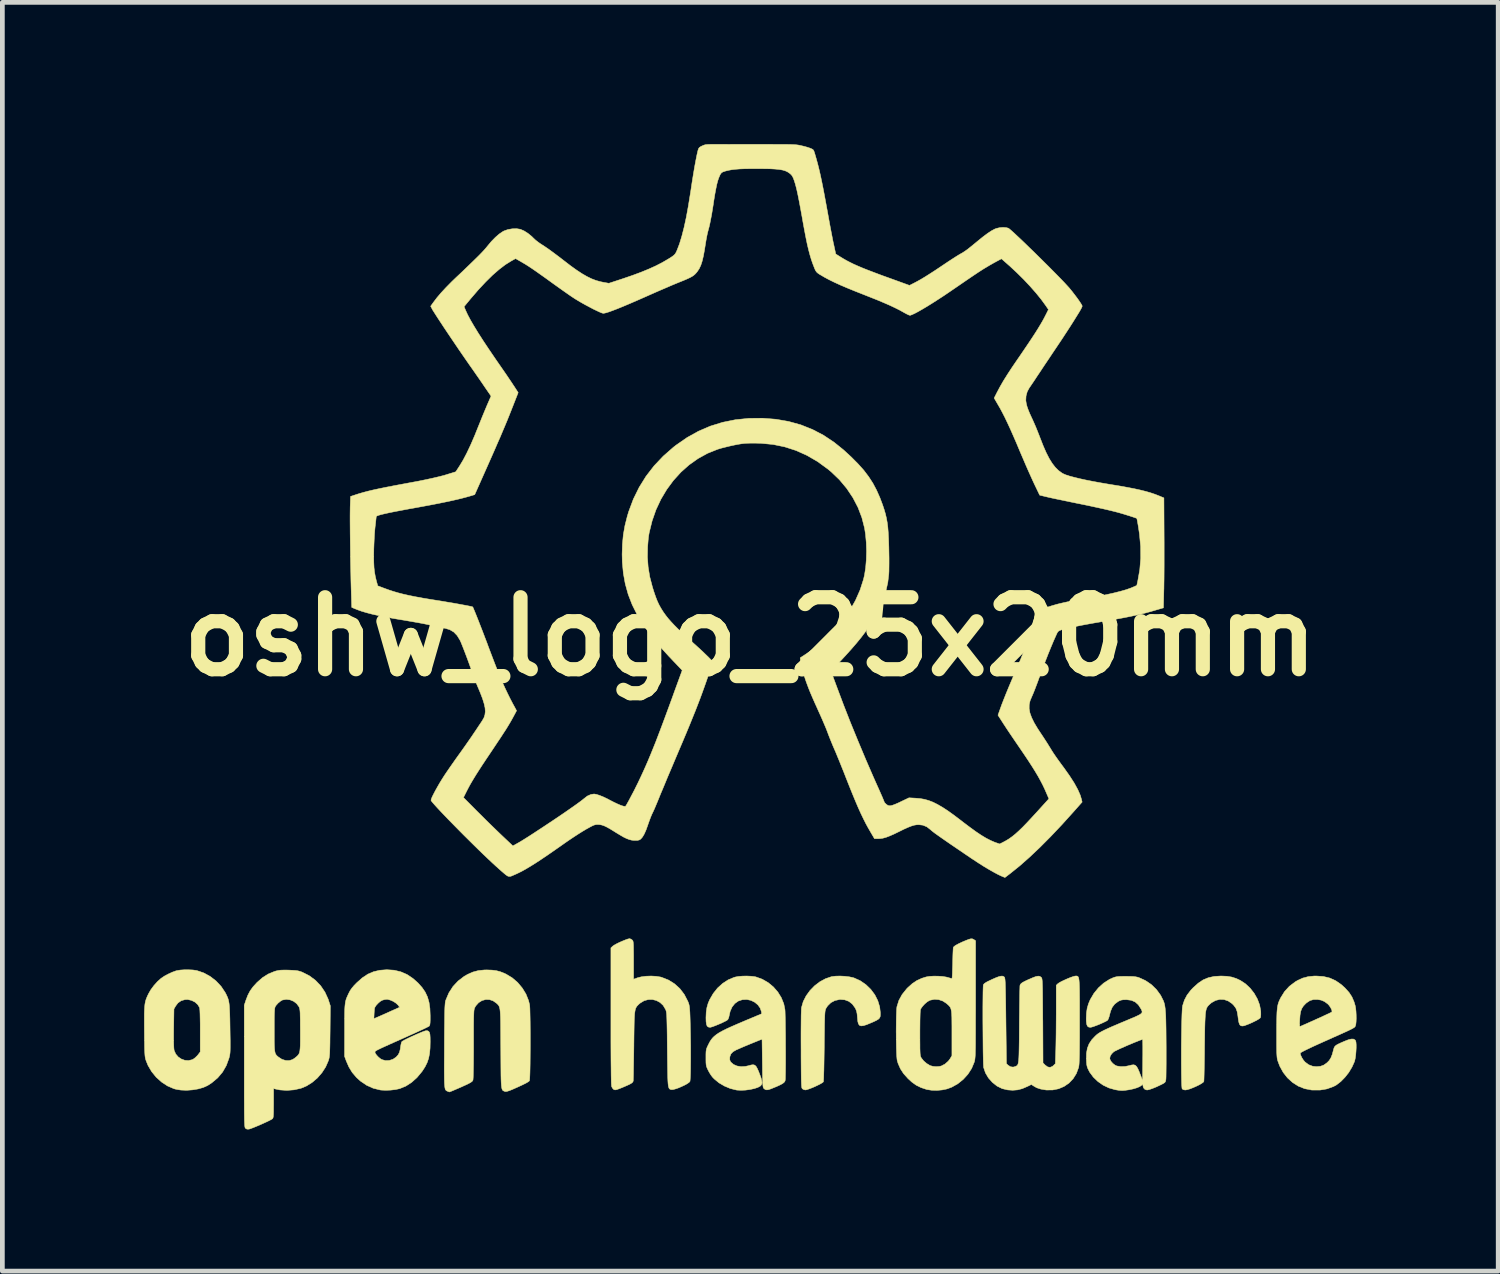
<source format=kicad_pcb>
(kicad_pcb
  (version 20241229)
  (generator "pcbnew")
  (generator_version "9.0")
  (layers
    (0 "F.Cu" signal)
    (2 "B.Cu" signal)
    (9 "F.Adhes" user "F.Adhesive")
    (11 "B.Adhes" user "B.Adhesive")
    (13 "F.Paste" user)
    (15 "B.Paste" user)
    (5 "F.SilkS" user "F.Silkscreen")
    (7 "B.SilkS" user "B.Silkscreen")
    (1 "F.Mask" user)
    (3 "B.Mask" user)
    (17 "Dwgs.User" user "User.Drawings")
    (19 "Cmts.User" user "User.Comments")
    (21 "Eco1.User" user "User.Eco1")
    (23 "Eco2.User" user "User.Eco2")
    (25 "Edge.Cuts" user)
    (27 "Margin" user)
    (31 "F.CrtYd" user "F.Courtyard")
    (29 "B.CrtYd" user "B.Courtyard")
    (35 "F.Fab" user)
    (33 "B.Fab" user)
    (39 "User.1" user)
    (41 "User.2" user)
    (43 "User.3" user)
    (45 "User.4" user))
  (footprint "oshw_logo_25x20mm"
    (layer "F.Cu")
    (at 12.83 10.426)
    (property "Reference" "oshw_logo_25x20mm" (at 0 0 0) (layer "F.SilkS") (effects (font (size 1.524 1.524) (thickness 0.3))))
    (attr through_hole)
    (fp_poly (pts (xy 10.089 7.188) (xy 10.192 7.205) (xy 10.288 7.236) (xy 10.375 7.277) (xy 10.484 7.349) (xy 10.582 7.441) (xy 10.667 7.55) (xy 10.735 7.67) (xy 10.782 7.795) (xy 10.805 7.92) (xy 10.806 7.932) (xy 10.807 7.993) (xy 10.804 8.041) (xy 10.797 8.067) (xy 10.778 8.084) (xy 10.739 8.109) (xy 10.686 8.137) (xy 10.625 8.167) (xy 10.562 8.195) (xy 10.503 8.218) (xy 10.456 8.235) (xy 10.425 8.241) (xy 10.424 8.241) (xy 10.394 8.238) (xy 10.371 8.226) (xy 10.354 8.2) (xy 10.341 8.158) (xy 10.33 8.095) (xy 10.321 8.022) (xy 10.306 7.935) (xy 10.28 7.865) (xy 10.237 7.806) (xy 10.2 7.768) (xy 10.118 7.712) (xy 10.03 7.681) (xy 9.939 7.678) (xy 9.849 7.7) (xy 9.763 7.748) (xy 9.718 7.787) (xy 9.699 7.806) (xy 9.682 7.826) (xy 9.668 7.848) (xy 9.656 7.874) (xy 9.647 7.908) (xy 9.639 7.951) (xy 9.633 8.005) (xy 9.629 8.074) (xy 9.625 8.159) (xy 9.622 8.264) (xy 9.62 8.389) (xy 9.618 8.539) (xy 9.616 8.685) (xy 9.615 8.825) (xy 9.613 8.956) (xy 9.611 9.076) (xy 9.609 9.182) (xy 9.607 9.272) (xy 9.605 9.343) (xy 9.603 9.391) (xy 9.601 9.415) (xy 9.601 9.416) (xy 9.584 9.436) (xy 9.545 9.462) (xy 9.492 9.492) (xy 9.429 9.522) (xy 9.364 9.55) (xy 9.301 9.574) (xy 9.246 9.59) (xy 9.207 9.596) (xy 9.169 9.589) (xy 9.142 9.572) (xy 9.138 9.553) (xy 9.134 9.508) (xy 9.131 9.442) (xy 9.129 9.356) (xy 9.127 9.253) (xy 9.126 9.138) (xy 9.125 9.013) (xy 9.125 8.88) (xy 9.125 8.743) (xy 9.126 8.605) (xy 9.128 8.468) (xy 9.13 8.337) (xy 9.132 8.213) (xy 9.135 8.1) (xy 9.138 8.001) (xy 9.142 7.919) (xy 9.146 7.856) (xy 9.151 7.817) (xy 9.152 7.811) (xy 9.19 7.694) (xy 9.246 7.587) (xy 9.325 7.484) (xy 9.377 7.429) (xy 9.482 7.335) (xy 9.586 7.265) (xy 9.696 7.219) (xy 9.818 7.192) (xy 9.957 7.183) (xy 9.97 7.183) (xy 10.089 7.188)) (stroke (width 0.01) (type solid)) (fill yes) (layer "F.SilkS"))
    (fp_poly (pts (xy 1.999 7.188) (xy 2.097 7.2) (xy 2.18 7.218) (xy 2.201 7.225) (xy 2.332 7.285) (xy 2.45 7.367) (xy 2.552 7.466) (xy 2.637 7.58) (xy 2.7 7.705) (xy 2.74 7.837) (xy 2.754 7.958) (xy 2.754 8.007) (xy 2.75 8.044) (xy 2.736 8.073) (xy 2.711 8.098) (xy 2.669 8.123) (xy 2.608 8.152) (xy 2.552 8.176) (xy 2.463 8.213) (xy 2.395 8.234) (xy 2.346 8.239) (xy 2.311 8.226) (xy 2.289 8.193) (xy 2.276 8.141) (xy 2.269 8.066) (xy 2.268 8.055) (xy 2.262 7.986) (xy 2.252 7.934) (xy 2.236 7.89) (xy 2.221 7.859) (xy 2.162 7.778) (xy 2.089 7.72) (xy 2.002 7.687) (xy 1.905 7.679) (xy 1.891 7.68) (xy 1.792 7.702) (xy 1.707 7.747) (xy 1.639 7.813) (xy 1.605 7.865) (xy 1.598 7.879) (xy 1.593 7.893) (xy 1.588 7.911) (xy 1.584 7.935) (xy 1.581 7.966) (xy 1.578 8.009) (xy 1.576 8.064) (xy 1.574 8.135) (xy 1.572 8.224) (xy 1.571 8.333) (xy 1.569 8.465) (xy 1.567 8.622) (xy 1.567 8.664) (xy 1.565 8.807) (xy 1.563 8.941) (xy 1.561 9.064) (xy 1.559 9.173) (xy 1.556 9.266) (xy 1.554 9.34) (xy 1.551 9.392) (xy 1.549 9.419) (xy 1.548 9.423) (xy 1.527 9.441) (xy 1.485 9.466) (xy 1.43 9.494) (xy 1.367 9.524) (xy 1.303 9.551) (xy 1.243 9.574) (xy 1.195 9.59) (xy 1.165 9.595) (xy 1.131 9.586) (xy 1.108 9.573) (xy 1.102 9.568) (xy 1.097 9.561) (xy 1.092 9.549) (xy 1.089 9.531) (xy 1.086 9.504) (xy 1.084 9.466) (xy 1.082 9.415) (xy 1.08 9.348) (xy 1.079 9.264) (xy 1.078 9.16) (xy 1.077 9.034) (xy 1.076 8.884) (xy 1.076 8.739) (xy 1.075 8.554) (xy 1.075 8.387) (xy 1.076 8.239) (xy 1.077 8.113) (xy 1.078 8.008) (xy 1.081 7.928) (xy 1.083 7.873) (xy 1.086 7.847) (xy 1.122 7.723) (xy 1.183 7.603) (xy 1.264 7.491) (xy 1.362 7.39) (xy 1.473 7.305) (xy 1.593 7.24) (xy 1.719 7.197) (xy 1.723 7.196) (xy 1.802 7.186) (xy 1.898 7.183) (xy 1.999 7.188)) (stroke (width 0.01) (type solid)) (fill yes) (layer "F.SilkS"))
    (fp_poly (pts (xy -11.798 7.055) (xy -11.725 7.065) (xy -11.712 7.068) (xy -11.568 7.117) (xy -11.432 7.191) (xy -11.308 7.287) (xy -11.201 7.401) (xy -11.114 7.531) (xy -11.097 7.563) (xy -11.078 7.603) (xy -11.062 7.639) (xy -11.049 7.677) (xy -11.039 7.718) (xy -11.031 7.766) (xy -11.025 7.824) (xy -11.021 7.896) (xy -11.017 7.985) (xy -11.014 8.094) (xy -11.012 8.227) (xy -11.011 8.297) (xy -11.009 8.432) (xy -11.007 8.542) (xy -11.007 8.63) (xy -11.007 8.7) (xy -11.008 8.755) (xy -11.01 8.798) (xy -11.014 8.834) (xy -11.019 8.864) (xy -11.025 8.892) (xy -11.033 8.922) (xy -11.034 8.925) (xy -11.09 9.078) (xy -11.169 9.216) (xy -11.272 9.338) (xy -11.398 9.444) (xy -11.486 9.501) (xy -11.577 9.542) (xy -11.686 9.573) (xy -11.806 9.593) (xy -11.93 9.602) (xy -12.049 9.597) (xy -12.051 9.597) (xy -12.11 9.588) (xy -12.167 9.577) (xy -12.199 9.568) (xy -12.334 9.51) (xy -12.459 9.428) (xy -12.573 9.326) (xy -12.67 9.207) (xy -12.747 9.076) (xy -12.788 8.975) (xy -12.796 8.95) (xy -12.803 8.924) (xy -12.808 8.896) (xy -12.812 8.862) (xy -12.815 8.818) (xy -12.818 8.762) (xy -12.82 8.689) (xy -12.821 8.598) (xy -12.823 8.485) (xy -12.823 8.434) (xy -12.205 8.434) (xy -12.205 8.551) (xy -12.203 8.642) (xy -12.2 8.708) (xy -12.195 8.751) (xy -12.193 8.76) (xy -12.16 8.834) (xy -12.108 8.895) (xy -12.042 8.94) (xy -11.967 8.967) (xy -11.89 8.972) (xy -11.815 8.955) (xy -11.79 8.943) (xy -11.748 8.912) (xy -11.705 8.87) (xy -11.688 8.85) (xy -11.642 8.789) (xy -11.642 8.339) (xy -11.642 8.202) (xy -11.644 8.084) (xy -11.646 7.988) (xy -11.649 7.916) (xy -11.653 7.869) (xy -11.657 7.85) (xy -11.695 7.787) (xy -11.753 7.735) (xy -11.825 7.699) (xy -11.903 7.681) (xy -11.963 7.682) (xy -12.046 7.706) (xy -12.113 7.753) (xy -12.16 7.815) (xy -12.198 7.88) (xy -12.204 8.29) (xy -12.205 8.434) (xy -12.823 8.434) (xy -12.824 8.357) (xy -12.825 8.209) (xy -12.825 8.087) (xy -12.825 7.985) (xy -12.822 7.902) (xy -12.818 7.834) (xy -12.812 7.777) (xy -12.803 7.729) (xy -12.791 7.685) (xy -12.775 7.643) (xy -12.756 7.599) (xy -12.735 7.556) (xy -12.688 7.474) (xy -12.623 7.386) (xy -12.55 7.304) (xy -12.476 7.237) (xy -12.467 7.23) (xy -12.399 7.184) (xy -12.317 7.14) (xy -12.231 7.101) (xy -12.154 7.073) (xy -12.136 7.069) (xy -12.066 7.057) (xy -11.979 7.051) (xy -11.886 7.051) (xy -11.798 7.055)) (stroke (width 0.01) (type solid)) (fill yes) (layer "F.SilkS"))
    (fp_poly (pts (xy 4.702 6.396) (xy 4.73 6.409) (xy 4.738 6.414) (xy 4.77 6.436) (xy 4.77 7.676) (xy 4.77 7.892) (xy 4.769 8.081) (xy 4.769 8.246) (xy 4.769 8.388) (xy 4.768 8.51) (xy 4.768 8.613) (xy 4.767 8.698) (xy 4.765 8.769) (xy 4.764 8.826) (xy 4.762 8.872) (xy 4.759 8.908) (xy 4.756 8.937) (xy 4.753 8.96) (xy 4.749 8.979) (xy 4.745 8.995) (xy 4.742 9.005) (xy 4.687 9.138) (xy 4.608 9.261) (xy 4.509 9.37) (xy 4.394 9.463) (xy 4.266 9.535) (xy 4.164 9.573) (xy 4.063 9.594) (xy 3.951 9.604) (xy 3.841 9.601) (xy 3.742 9.586) (xy 3.731 9.583) (xy 3.614 9.544) (xy 3.513 9.494) (xy 3.419 9.427) (xy 3.336 9.35) (xy 3.245 9.248) (xy 3.178 9.145) (xy 3.13 9.035) (xy 3.111 8.974) (xy 3.106 8.939) (xy 3.101 8.88) (xy 3.097 8.801) (xy 3.094 8.706) (xy 3.092 8.6) (xy 3.09 8.486) (xy 3.09 8.403) (xy 3.591 8.403) (xy 3.591 8.53) (xy 3.592 8.632) (xy 3.592 8.712) (xy 3.594 8.773) (xy 3.596 8.819) (xy 3.599 8.852) (xy 3.603 8.876) (xy 3.609 8.893) (xy 3.616 8.908) (xy 3.624 8.921) (xy 3.671 8.98) (xy 3.735 9.035) (xy 3.804 9.077) (xy 3.812 9.08) (xy 3.867 9.095) (xy 3.934 9.101) (xy 4 9.097) (xy 4.045 9.087) (xy 4.124 9.045) (xy 4.192 8.985) (xy 4.231 8.933) (xy 4.269 8.869) (xy 4.269 8.389) (xy 4.269 8.254) (xy 4.268 8.144) (xy 4.267 8.055) (xy 4.264 7.986) (xy 4.259 7.932) (xy 4.251 7.891) (xy 4.241 7.859) (xy 4.226 7.834) (xy 4.207 7.811) (xy 4.183 7.789) (xy 4.157 7.765) (xy 4.078 7.713) (xy 3.99 7.683) (xy 3.899 7.676) (xy 3.811 7.694) (xy 3.789 7.703) (xy 3.742 7.732) (xy 3.692 7.775) (xy 3.647 7.824) (xy 3.614 7.871) (xy 3.602 7.898) (xy 3.6 7.921) (xy 3.597 7.969) (xy 3.595 8.038) (xy 3.593 8.124) (xy 3.592 8.224) (xy 3.591 8.333) (xy 3.591 8.403) (xy 3.09 8.403) (xy 3.089 8.369) (xy 3.09 8.254) (xy 3.091 8.144) (xy 3.093 8.043) (xy 3.096 7.955) (xy 3.099 7.886) (xy 3.104 7.838) (xy 3.106 7.829) (xy 3.147 7.698) (xy 3.215 7.574) (xy 3.31 7.455) (xy 3.336 7.428) (xy 3.432 7.342) (xy 3.528 7.278) (xy 3.632 7.231) (xy 3.725 7.202) (xy 3.797 7.19) (xy 3.884 7.185) (xy 3.978 7.186) (xy 4.07 7.192) (xy 4.15 7.205) (xy 4.196 7.217) (xy 4.236 7.229) (xy 4.264 7.235) (xy 4.271 7.234) (xy 4.273 7.219) (xy 4.276 7.179) (xy 4.279 7.12) (xy 4.281 7.044) (xy 4.284 6.958) (xy 4.285 6.919) (xy 4.287 6.827) (xy 4.289 6.743) (xy 4.292 6.672) (xy 4.295 6.618) (xy 4.297 6.587) (xy 4.297 6.581) (xy 4.312 6.56) (xy 4.348 6.533) (xy 4.407 6.501) (xy 4.49 6.462) (xy 4.568 6.429) (xy 4.628 6.406) (xy 4.67 6.395) (xy 4.702 6.396)) (stroke (width 0.01) (type solid)) (fill yes) (layer "F.SilkS"))
    (fp_poly (pts (xy -9.801 7.057) (xy -9.762 7.058) (xy -9.681 7.062) (xy -9.621 7.066) (xy -9.574 7.073) (xy -9.532 7.084) (xy -9.489 7.099) (xy -9.476 7.105) (xy -9.332 7.178) (xy -9.204 7.273) (xy -9.093 7.389) (xy -9.003 7.522) (xy -8.935 7.67) (xy -8.925 7.701) (xy -8.888 7.815) (xy -8.893 8.349) (xy -8.895 8.487) (xy -8.896 8.6) (xy -8.898 8.691) (xy -8.9 8.763) (xy -8.902 8.819) (xy -8.906 8.863) (xy -8.91 8.898) (xy -8.915 8.926) (xy -8.922 8.951) (xy -8.929 8.975) (xy -8.986 9.106) (xy -9.066 9.23) (xy -9.163 9.342) (xy -9.275 9.437) (xy -9.396 9.512) (xy -9.509 9.559) (xy -9.656 9.592) (xy -9.808 9.604) (xy -9.957 9.594) (xy -10.058 9.573) (xy -10.089 9.564) (xy -10.089 9.874) (xy -10.09 9.976) (xy -10.09 10.054) (xy -10.092 10.111) (xy -10.095 10.151) (xy -10.099 10.177) (xy -10.105 10.193) (xy -10.112 10.203) (xy -10.114 10.205) (xy -10.139 10.221) (xy -10.185 10.245) (xy -10.246 10.274) (xy -10.316 10.306) (xy -10.39 10.339) (xy -10.462 10.369) (xy -10.526 10.395) (xy -10.577 10.414) (xy -10.609 10.424) (xy -10.612 10.424) (xy -10.654 10.424) (xy -10.683 10.407) (xy -10.686 10.404) (xy -10.69 10.398) (xy -10.694 10.389) (xy -10.697 10.374) (xy -10.7 10.354) (xy -10.702 10.324) (xy -10.704 10.285) (xy -10.706 10.234) (xy -10.707 10.169) (xy -10.708 10.089) (xy -10.709 9.991) (xy -10.709 9.875) (xy -10.71 9.738) (xy -10.71 9.58) (xy -10.71 9.397) (xy -10.71 9.188) (xy -10.71 9.089) (xy -10.71 8.326) (xy -10.075 8.326) (xy -10.075 8.457) (xy -10.075 8.564) (xy -10.073 8.648) (xy -10.07 8.714) (xy -10.065 8.764) (xy -10.058 8.802) (xy -10.048 8.831) (xy -10.034 8.853) (xy -10.017 8.872) (xy -9.995 8.891) (xy -9.988 8.897) (xy -9.913 8.946) (xy -9.833 8.971) (xy -9.755 8.972) (xy -9.69 8.952) (xy -9.648 8.926) (xy -9.607 8.893) (xy -9.605 8.892) (xy -9.583 8.871) (xy -9.565 8.851) (xy -9.551 8.828) (xy -9.54 8.801) (xy -9.533 8.765) (xy -9.528 8.717) (xy -9.524 8.654) (xy -9.523 8.573) (xy -9.523 8.471) (xy -9.523 8.344) (xy -9.523 8.33) (xy -9.524 8.206) (xy -9.524 8.106) (xy -9.526 8.029) (xy -9.527 7.969) (xy -9.53 7.925) (xy -9.534 7.892) (xy -9.539 7.868) (xy -9.545 7.849) (xy -9.553 7.832) (xy -9.6 7.768) (xy -9.665 7.718) (xy -9.741 7.687) (xy -9.82 7.677) (xy -9.897 7.69) (xy -9.902 7.691) (xy -9.946 7.717) (xy -9.995 7.758) (xy -10.037 7.805) (xy -10.055 7.834) (xy -10.061 7.851) (xy -10.066 7.877) (xy -10.069 7.916) (xy -10.072 7.97) (xy -10.074 8.043) (xy -10.075 8.137) (xy -10.075 8.254) (xy -10.075 8.326) (xy -10.71 8.326) (xy -10.71 7.801) (xy -10.674 7.693) (xy -10.633 7.587) (xy -10.585 7.496) (xy -10.524 7.412) (xy -10.445 7.325) (xy -10.436 7.316) (xy -10.322 7.216) (xy -10.203 7.141) (xy -10.075 7.088) (xy -10.037 7.076) (xy -9.991 7.066) (xy -9.941 7.059) (xy -9.88 7.057) (xy -9.801 7.057)) (stroke (width 0.01) (type solid)) (fill yes) (layer "F.SilkS"))
    (fp_poly (pts (xy -5.467 7.058) (xy -5.377 7.069) (xy -5.293 7.091) (xy -5.208 7.124) (xy -5.168 7.143) (xy -5.04 7.22) (xy -4.924 7.319) (xy -4.826 7.436) (xy -4.747 7.565) (xy -4.692 7.703) (xy -4.671 7.788) (xy -4.667 7.821) (xy -4.664 7.877) (xy -4.662 7.954) (xy -4.66 8.047) (xy -4.658 8.155) (xy -4.657 8.274) (xy -4.656 8.4) (xy -4.656 8.531) (xy -4.656 8.663) (xy -4.657 8.793) (xy -4.658 8.919) (xy -4.659 9.037) (xy -4.661 9.144) (xy -4.663 9.236) (xy -4.666 9.311) (xy -4.669 9.366) (xy -4.673 9.397) (xy -4.674 9.402) (xy -4.699 9.422) (xy -4.748 9.451) (xy -4.821 9.487) (xy -4.916 9.531) (xy -5.031 9.582) (xy -5.033 9.583) (xy -5.097 9.609) (xy -5.142 9.623) (xy -5.172 9.629) (xy -5.195 9.626) (xy -5.198 9.624) (xy -5.214 9.618) (xy -5.227 9.612) (xy -5.239 9.603) (xy -5.248 9.589) (xy -5.256 9.568) (xy -5.262 9.538) (xy -5.267 9.497) (xy -5.271 9.442) (xy -5.274 9.372) (xy -5.276 9.285) (xy -5.277 9.178) (xy -5.278 9.049) (xy -5.279 8.896) (xy -5.28 8.717) (xy -5.28 8.714) (xy -5.281 8.535) (xy -5.282 8.383) (xy -5.283 8.254) (xy -5.284 8.147) (xy -5.286 8.059) (xy -5.289 7.989) (xy -5.293 7.932) (xy -5.298 7.889) (xy -5.305 7.855) (xy -5.313 7.83) (xy -5.323 7.81) (xy -5.335 7.794) (xy -5.349 7.779) (xy -5.366 7.763) (xy -5.372 7.758) (xy -5.443 7.708) (xy -5.521 7.682) (xy -5.601 7.681) (xy -5.679 7.703) (xy -5.749 7.747) (xy -5.808 7.813) (xy -5.829 7.849) (xy -5.835 7.862) (xy -5.84 7.877) (xy -5.844 7.896) (xy -5.848 7.923) (xy -5.85 7.959) (xy -5.852 8.007) (xy -5.854 8.069) (xy -5.855 8.148) (xy -5.856 8.246) (xy -5.856 8.366) (xy -5.856 8.51) (xy -5.856 8.627) (xy -5.856 8.784) (xy -5.857 8.928) (xy -5.858 9.056) (xy -5.86 9.167) (xy -5.862 9.258) (xy -5.864 9.327) (xy -5.867 9.372) (xy -5.87 9.389) (xy -5.887 9.414) (xy -5.924 9.44) (xy -5.984 9.471) (xy -5.993 9.476) (xy -6.049 9.501) (xy -6.112 9.53) (xy -6.179 9.559) (xy -6.242 9.586) (xy -6.297 9.61) (xy -6.34 9.627) (xy -6.364 9.636) (xy -6.367 9.637) (xy -6.382 9.632) (xy -6.402 9.624) (xy -6.417 9.618) (xy -6.43 9.611) (xy -6.441 9.602) (xy -6.451 9.589) (xy -6.458 9.569) (xy -6.464 9.54) (xy -6.468 9.501) (xy -6.472 9.449) (xy -6.474 9.382) (xy -6.475 9.299) (xy -6.476 9.196) (xy -6.476 9.073) (xy -6.475 8.926) (xy -6.474 8.754) (xy -6.474 8.655) (xy -6.473 8.473) (xy -6.472 8.318) (xy -6.47 8.186) (xy -6.469 8.075) (xy -6.468 7.984) (xy -6.466 7.91) (xy -6.464 7.851) (xy -6.461 7.804) (xy -6.458 7.768) (xy -6.455 7.739) (xy -6.451 7.717) (xy -6.446 7.699) (xy -6.443 7.691) (xy -6.379 7.54) (xy -6.292 7.405) (xy -6.183 7.288) (xy -6.055 7.19) (xy -5.984 7.149) (xy -5.871 7.099) (xy -5.755 7.068) (xy -5.628 7.055) (xy -5.576 7.054) (xy -5.467 7.058)) (stroke (width 0.01) (type solid)) (fill yes) (layer "F.SilkS"))
    (fp_poly (pts (xy -2.524 6.402) (xy -2.498 6.421) (xy -2.489 6.43) (xy -2.483 6.442) (xy -2.478 6.461) (xy -2.475 6.488) (xy -2.472 6.528) (xy -2.471 6.584) (xy -2.47 6.659) (xy -2.469 6.757) (xy -2.469 6.85) (xy -2.469 7.251) (xy -2.388 7.221) (xy -2.305 7.2) (xy -2.205 7.187) (xy -2.098 7.183) (xy -1.992 7.189) (xy -1.899 7.204) (xy -1.874 7.211) (xy -1.73 7.268) (xy -1.601 7.349) (xy -1.489 7.451) (xy -1.396 7.573) (xy -1.324 7.712) (xy -1.315 7.732) (xy -1.305 7.759) (xy -1.297 7.784) (xy -1.291 7.812) (xy -1.286 7.846) (xy -1.282 7.889) (xy -1.278 7.944) (xy -1.275 8.016) (xy -1.272 8.108) (xy -1.269 8.223) (xy -1.268 8.276) (xy -1.265 8.403) (xy -1.263 8.534) (xy -1.261 8.667) (xy -1.261 8.799) (xy -1.261 8.926) (xy -1.262 9.046) (xy -1.263 9.154) (xy -1.265 9.248) (xy -1.268 9.324) (xy -1.272 9.379) (xy -1.275 9.41) (xy -1.276 9.413) (xy -1.296 9.436) (xy -1.337 9.464) (xy -1.392 9.494) (xy -1.456 9.524) (xy -1.521 9.552) (xy -1.583 9.573) (xy -1.634 9.586) (xy -1.668 9.588) (xy -1.668 9.588) (xy -1.684 9.584) (xy -1.698 9.579) (xy -1.71 9.571) (xy -1.719 9.557) (xy -1.727 9.536) (xy -1.734 9.505) (xy -1.739 9.461) (xy -1.743 9.404) (xy -1.746 9.33) (xy -1.748 9.238) (xy -1.75 9.125) (xy -1.752 8.989) (xy -1.754 8.829) (xy -1.755 8.738) (xy -1.757 8.57) (xy -1.758 8.427) (xy -1.76 8.308) (xy -1.762 8.21) (xy -1.764 8.131) (xy -1.766 8.067) (xy -1.768 8.018) (xy -1.771 7.98) (xy -1.775 7.951) (xy -1.779 7.929) (xy -1.784 7.911) (xy -1.79 7.895) (xy -1.794 7.887) (xy -1.843 7.805) (xy -1.909 7.743) (xy -1.987 7.701) (xy -2.072 7.68) (xy -2.161 7.682) (xy -2.247 7.706) (xy -2.328 7.755) (xy -2.357 7.779) (xy -2.378 7.8) (xy -2.396 7.819) (xy -2.41 7.839) (xy -2.423 7.863) (xy -2.433 7.893) (xy -2.44 7.931) (xy -2.447 7.979) (xy -2.451 8.041) (xy -2.455 8.119) (xy -2.457 8.215) (xy -2.459 8.331) (xy -2.461 8.47) (xy -2.463 8.635) (xy -2.463 8.659) (xy -2.465 8.8) (xy -2.467 8.933) (xy -2.469 9.055) (xy -2.471 9.163) (xy -2.472 9.255) (xy -2.474 9.328) (xy -2.476 9.38) (xy -2.477 9.406) (xy -2.478 9.408) (xy -2.486 9.427) (xy -2.507 9.447) (xy -2.543 9.469) (xy -2.597 9.495) (xy -2.673 9.528) (xy -2.718 9.547) (xy -2.782 9.572) (xy -2.825 9.587) (xy -2.853 9.593) (xy -2.873 9.591) (xy -2.89 9.583) (xy -2.897 9.578) (xy -2.919 9.552) (xy -2.934 9.521) (xy -2.937 9.499) (xy -2.94 9.451) (xy -2.942 9.375) (xy -2.944 9.272) (xy -2.945 9.141) (xy -2.947 8.983) (xy -2.948 8.797) (xy -2.949 8.583) (xy -2.949 8.342) (xy -2.949 8.072) (xy -2.949 8.034) (xy -2.949 6.587) (xy -2.909 6.55) (xy -2.879 6.529) (xy -2.831 6.502) (xy -2.772 6.473) (xy -2.708 6.445) (xy -2.647 6.42) (xy -2.595 6.401) (xy -2.56 6.393) (xy -2.555 6.392) (xy -2.524 6.402)) (stroke (width 0.01) (type solid)) (fill yes) (layer "F.SilkS"))
    (fp_poly (pts (xy -7.537 7.06) (xy -7.396 7.094) (xy -7.264 7.151) (xy -7.139 7.235) (xy -7.033 7.329) (xy -6.947 7.425) (xy -6.881 7.521) (xy -6.832 7.625) (xy -6.799 7.739) (xy -6.78 7.87) (xy -6.774 8.022) (xy -6.774 8.038) (xy -6.774 8.115) (xy -6.776 8.169) (xy -6.78 8.205) (xy -6.786 8.228) (xy -6.795 8.242) (xy -6.798 8.245) (xy -6.816 8.255) (xy -6.857 8.276) (xy -6.918 8.305) (xy -6.995 8.341) (xy -7.086 8.383) (xy -7.186 8.428) (xy -7.281 8.471) (xy -7.429 8.537) (xy -7.553 8.592) (xy -7.655 8.638) (xy -7.737 8.675) (xy -7.803 8.705) (xy -7.852 8.729) (xy -7.889 8.747) (xy -7.914 8.761) (xy -7.93 8.772) (xy -7.939 8.78) (xy -7.943 8.787) (xy -7.944 8.793) (xy -7.944 8.795) (xy -7.934 8.823) (xy -7.907 8.86) (xy -7.87 8.899) (xy -7.829 8.933) (xy -7.797 8.952) (xy -7.721 8.973) (xy -7.64 8.97) (xy -7.562 8.945) (xy -7.495 8.899) (xy -7.453 8.852) (xy -7.425 8.799) (xy -7.408 8.731) (xy -7.401 8.681) (xy -7.393 8.632) (xy -7.383 8.591) (xy -7.375 8.573) (xy -7.356 8.559) (xy -7.315 8.536) (xy -7.259 8.508) (xy -7.193 8.476) (xy -7.12 8.443) (xy -7.048 8.411) (xy -6.98 8.382) (xy -6.922 8.359) (xy -6.879 8.344) (xy -6.858 8.34) (xy -6.826 8.343) (xy -6.804 8.356) (xy -6.788 8.381) (xy -6.779 8.423) (xy -6.775 8.486) (xy -6.774 8.573) (xy -6.774 8.574) (xy -6.777 8.71) (xy -6.788 8.826) (xy -6.808 8.926) (xy -6.839 9.016) (xy -6.882 9.103) (xy -6.939 9.192) (xy -6.95 9.207) (xy -7.052 9.33) (xy -7.165 9.432) (xy -7.286 9.511) (xy -7.413 9.564) (xy -7.422 9.567) (xy -7.509 9.586) (xy -7.61 9.598) (xy -7.713 9.602) (xy -7.805 9.598) (xy -7.832 9.595) (xy -7.981 9.558) (xy -8.121 9.495) (xy -8.25 9.407) (xy -8.332 9.333) (xy -8.425 9.224) (xy -8.496 9.107) (xy -8.549 8.986) (xy -8.587 8.883) (xy -8.586 8.333) (xy -8.586 8.187) (xy -8.586 8.066) (xy -8.586 8.061) (xy -7.965 8.061) (xy -7.965 8.083) (xy -7.964 8.086) (xy -7.951 8.08) (xy -7.917 8.065) (xy -7.866 8.043) (xy -7.802 8.015) (xy -7.759 7.996) (xy -7.683 7.962) (xy -7.611 7.929) (xy -7.548 7.901) (xy -7.502 7.881) (xy -7.489 7.875) (xy -7.421 7.844) (xy -7.454 7.799) (xy -7.496 7.759) (xy -7.553 7.721) (xy -7.617 7.693) (xy -7.676 7.677) (xy -7.691 7.676) (xy -7.742 7.682) (xy -7.792 7.697) (xy -7.792 7.697) (xy -7.834 7.722) (xy -7.878 7.761) (xy -7.918 7.804) (xy -7.945 7.846) (xy -7.951 7.863) (xy -7.954 7.887) (xy -7.958 7.927) (xy -7.961 7.974) (xy -7.963 8.022) (xy -7.965 8.061) (xy -8.586 8.061) (xy -8.585 7.967) (xy -8.583 7.887) (xy -8.579 7.822) (xy -8.573 7.768) (xy -8.566 7.723) (xy -8.556 7.684) (xy -8.543 7.647) (xy -8.526 7.609) (xy -8.507 7.566) (xy -8.499 7.55) (xy -8.468 7.491) (xy -8.431 7.438) (xy -8.384 7.382) (xy -8.327 7.324) (xy -8.211 7.221) (xy -8.095 7.144) (xy -7.973 7.092) (xy -7.842 7.061) (xy -7.696 7.05) (xy -7.691 7.05) (xy -7.537 7.06)) (stroke (width 0.01) (type solid)) (fill yes) (layer "F.SilkS"))
    (fp_poly (pts (xy 12.132 7.193) (xy 12.268 7.226) (xy 12.393 7.283) (xy 12.512 7.366) (xy 12.591 7.438) (xy 12.674 7.53) (xy 12.736 7.625) (xy 12.781 7.73) (xy 12.805 7.81) (xy 12.815 7.864) (xy 12.822 7.933) (xy 12.826 8.009) (xy 12.827 8.085) (xy 12.824 8.154) (xy 12.818 8.209) (xy 12.809 8.241) (xy 12.804 8.25) (xy 12.799 8.259) (xy 12.79 8.268) (xy 12.775 8.278) (xy 12.754 8.291) (xy 12.722 8.308) (xy 12.679 8.329) (xy 12.622 8.356) (xy 12.548 8.389) (xy 12.456 8.431) (xy 12.343 8.481) (xy 12.208 8.542) (xy 12.153 8.566) (xy 12.013 8.629) (xy 11.897 8.682) (xy 11.805 8.726) (xy 11.735 8.76) (xy 11.685 8.786) (xy 11.655 8.804) (xy 11.642 8.816) (xy 11.642 8.818) (xy 11.651 8.858) (xy 11.675 8.91) (xy 11.708 8.962) (xy 11.742 9.002) (xy 11.818 9.06) (xy 11.906 9.093) (xy 11.984 9.101) (xy 12.069 9.094) (xy 12.14 9.068) (xy 12.208 9.019) (xy 12.211 9.017) (xy 12.256 8.97) (xy 12.291 8.914) (xy 12.319 8.843) (xy 12.339 8.769) (xy 12.35 8.727) (xy 12.361 8.695) (xy 12.377 8.67) (xy 12.402 8.648) (xy 12.44 8.626) (xy 12.495 8.6) (xy 12.573 8.566) (xy 12.573 8.566) (xy 12.657 8.533) (xy 12.72 8.517) (xy 12.767 8.517) (xy 12.799 8.534) (xy 12.815 8.555) (xy 12.822 8.586) (xy 12.826 8.638) (xy 12.826 8.704) (xy 12.822 8.778) (xy 12.816 8.852) (xy 12.807 8.92) (xy 12.795 8.975) (xy 12.789 8.996) (xy 12.737 9.111) (xy 12.669 9.224) (xy 12.588 9.327) (xy 12.5 9.417) (xy 12.408 9.488) (xy 12.347 9.521) (xy 12.207 9.572) (xy 12.06 9.597) (xy 11.902 9.597) (xy 11.874 9.595) (xy 11.734 9.567) (xy 11.601 9.514) (xy 11.48 9.437) (xy 11.372 9.339) (xy 11.281 9.223) (xy 11.208 9.09) (xy 11.167 8.981) (xy 11.16 8.956) (xy 11.154 8.929) (xy 11.15 8.896) (xy 11.147 8.855) (xy 11.144 8.802) (xy 11.143 8.734) (xy 11.142 8.647) (xy 11.142 8.539) (xy 11.142 8.406) (xy 11.142 8.396) (xy 11.142 8.25) (xy 11.143 8.213) (xy 11.627 8.213) (xy 11.629 8.238) (xy 11.635 8.248) (xy 11.645 8.248) (xy 11.65 8.246) (xy 11.67 8.238) (xy 11.712 8.219) (xy 11.772 8.193) (xy 11.845 8.16) (xy 11.929 8.123) (xy 11.987 8.096) (xy 12.075 8.057) (xy 12.154 8.02) (xy 12.22 7.989) (xy 12.271 7.965) (xy 12.303 7.949) (xy 12.311 7.944) (xy 12.314 7.923) (xy 12.303 7.887) (xy 12.281 7.845) (xy 12.252 7.804) (xy 12.225 7.775) (xy 12.155 7.723) (xy 12.083 7.693) (xy 12.008 7.68) (xy 11.922 7.681) (xy 11.847 7.703) (xy 11.777 7.749) (xy 11.757 7.767) (xy 11.709 7.817) (xy 11.675 7.87) (xy 11.652 7.931) (xy 11.638 8.009) (xy 11.631 8.103) (xy 11.628 8.17) (xy 11.627 8.213) (xy 11.143 8.213) (xy 11.144 8.129) (xy 11.146 8.029) (xy 11.149 7.948) (xy 11.155 7.881) (xy 11.162 7.826) (xy 11.172 7.78) (xy 11.185 7.738) (xy 11.202 7.698) (xy 11.222 7.656) (xy 11.227 7.645) (xy 11.309 7.513) (xy 11.412 7.4) (xy 11.536 7.306) (xy 11.587 7.276) (xy 11.696 7.226) (xy 11.811 7.196) (xy 11.938 7.183) (xy 11.983 7.183) (xy 12.132 7.193)) (stroke (width 0.01) (type solid)) (fill yes) (layer "F.SilkS"))
    (fp_poly (pts (xy 0.011 7.187) (xy 0.086 7.195) (xy 0.12 7.202) (xy 0.255 7.251) (xy 0.38 7.323) (xy 0.491 7.415) (xy 0.584 7.522) (xy 0.658 7.642) (xy 0.71 7.771) (xy 0.734 7.889) (xy 0.737 7.925) (xy 0.739 7.985) (xy 0.741 8.065) (xy 0.743 8.162) (xy 0.744 8.272) (xy 0.746 8.392) (xy 0.747 8.518) (xy 0.747 8.648) (xy 0.748 8.777) (xy 0.748 8.902) (xy 0.748 9.021) (xy 0.747 9.129) (xy 0.746 9.223) (xy 0.744 9.301) (xy 0.743 9.357) (xy 0.74 9.389) (xy 0.74 9.393) (xy 0.731 9.417) (xy 0.711 9.44) (xy 0.677 9.464) (xy 0.626 9.491) (xy 0.554 9.524) (xy 0.504 9.544) (xy 0.436 9.572) (xy 0.387 9.588) (xy 0.352 9.593) (xy 0.326 9.589) (xy 0.302 9.575) (xy 0.296 9.57) (xy 0.287 9.562) (xy 0.28 9.554) (xy 0.275 9.541) (xy 0.271 9.521) (xy 0.267 9.491) (xy 0.265 9.448) (xy 0.263 9.389) (xy 0.261 9.312) (xy 0.259 9.214) (xy 0.258 9.091) (xy 0.257 9.033) (xy 0.25 8.522) (xy 0.22 8.532) (xy 0.195 8.541) (xy 0.149 8.56) (xy 0.087 8.585) (xy 0.016 8.614) (xy -0.059 8.645) (xy -0.134 8.676) (xy -0.201 8.705) (xy -0.257 8.73) (xy -0.296 8.747) (xy -0.299 8.748) (xy -0.366 8.787) (xy -0.409 8.832) (xy -0.43 8.887) (xy -0.433 8.907) (xy -0.434 8.954) (xy -0.422 8.989) (xy -0.408 9.008) (xy -0.354 9.055) (xy -0.281 9.087) (xy -0.196 9.101) (xy -0.103 9.096) (xy -0.034 9.081) (xy 0.02 9.066) (xy 0.061 9.061) (xy 0.094 9.069) (xy 0.121 9.092) (xy 0.146 9.134) (xy 0.175 9.198) (xy 0.198 9.257) (xy 0.229 9.34) (xy 0.245 9.403) (xy 0.249 9.449) (xy 0.239 9.483) (xy 0.217 9.509) (xy 0.212 9.513) (xy 0.158 9.542) (xy 0.083 9.566) (xy -0.005 9.585) (xy -0.1 9.598) (xy -0.193 9.602) (xy -0.279 9.598) (xy -0.297 9.595) (xy -0.422 9.564) (xy -0.546 9.512) (xy -0.662 9.444) (xy -0.761 9.362) (xy -0.798 9.324) (xy -0.832 9.279) (xy -0.868 9.221) (xy -0.894 9.172) (xy -0.913 9.131) (xy -0.926 9.097) (xy -0.933 9.062) (xy -0.937 9.018) (xy -0.938 8.959) (xy -0.938 8.91) (xy -0.938 8.838) (xy -0.936 8.786) (xy -0.931 8.747) (xy -0.922 8.713) (xy -0.906 8.676) (xy -0.885 8.633) (xy -0.859 8.582) (xy -0.831 8.537) (xy -0.8 8.497) (xy -0.762 8.459) (xy -0.716 8.422) (xy -0.659 8.384) (xy -0.589 8.345) (xy -0.503 8.302) (xy -0.398 8.254) (xy -0.272 8.199) (xy -0.124 8.136) (xy -0.087 8.12) (xy 0.243 7.982) (xy 0.235 7.932) (xy 0.209 7.859) (xy 0.161 7.793) (xy 0.095 7.738) (xy 0.016 7.699) (xy -0.069 7.68) (xy -0.166 7.684) (xy -0.253 7.713) (xy -0.326 7.765) (xy -0.384 7.838) (xy -0.425 7.93) (xy -0.445 8.019) (xy -0.456 8.066) (xy -0.473 8.103) (xy -0.48 8.111) (xy -0.505 8.128) (xy -0.551 8.151) (xy -0.608 8.179) (xy -0.672 8.206) (xy -0.735 8.232) (xy -0.791 8.253) (xy -0.833 8.266) (xy -0.85 8.269) (xy -0.886 8.263) (xy -0.912 8.243) (xy -0.927 8.204) (xy -0.935 8.145) (xy -0.937 8.066) (xy -0.932 7.949) (xy -0.917 7.85) (xy -0.891 7.759) (xy -0.859 7.684) (xy -0.784 7.554) (xy -0.692 7.438) (xy -0.585 7.341) (xy -0.467 7.264) (xy -0.343 7.212) (xy -0.315 7.204) (xy -0.249 7.192) (xy -0.166 7.185) (xy -0.076 7.183) (xy 0.011 7.187)) (stroke (width 0.01) (type solid)) (fill yes) (layer "F.SilkS"))
    (fp_poly (pts (xy 6.917 7.184) (xy 6.929 7.188) (xy 6.939 7.197) (xy 6.948 7.213) (xy 6.954 7.239) (xy 6.96 7.275) (xy 6.964 7.325) (xy 6.967 7.389) (xy 6.969 7.47) (xy 6.97 7.571) (xy 6.971 7.692) (xy 6.971 7.836) (xy 6.971 8.005) (xy 6.971 8.142) (xy 6.971 8.329) (xy 6.971 8.489) (xy 6.97 8.625) (xy 6.969 8.74) (xy 6.968 8.835) (xy 6.966 8.913) (xy 6.964 8.975) (xy 6.962 9.024) (xy 6.959 9.062) (xy 6.955 9.092) (xy 6.951 9.115) (xy 6.949 9.122) (xy 6.903 9.247) (xy 6.835 9.356) (xy 6.748 9.448) (xy 6.645 9.519) (xy 6.529 9.569) (xy 6.403 9.595) (xy 6.268 9.596) (xy 6.254 9.594) (xy 6.149 9.576) (xy 6.063 9.548) (xy 5.992 9.507) (xy 5.952 9.479) (xy 5.865 9.521) (xy 5.758 9.567) (xy 5.658 9.593) (xy 5.556 9.601) (xy 5.45 9.594) (xy 5.332 9.566) (xy 5.223 9.512) (xy 5.124 9.433) (xy 5.041 9.339) (xy 4.979 9.234) (xy 4.942 9.125) (xy 4.94 9.119) (xy 4.938 9.092) (xy 4.935 9.041) (xy 4.933 8.968) (xy 4.931 8.877) (xy 4.929 8.77) (xy 4.928 8.651) (xy 4.927 8.522) (xy 4.926 8.387) (xy 4.925 8.249) (xy 4.924 8.111) (xy 4.924 7.975) (xy 4.924 7.846) (xy 4.925 7.726) (xy 4.926 7.619) (xy 4.927 7.526) (xy 4.929 7.453) (xy 4.931 7.4) (xy 4.933 7.373) (xy 4.933 7.371) (xy 4.953 7.344) (xy 4.998 7.314) (xy 5.028 7.298) (xy 5.127 7.251) (xy 5.205 7.217) (xy 5.265 7.195) (xy 5.309 7.185) (xy 5.342 7.185) (xy 5.367 7.195) (xy 5.38 7.207) (xy 5.385 7.215) (xy 5.388 7.229) (xy 5.392 7.25) (xy 5.395 7.282) (xy 5.398 7.326) (xy 5.4 7.384) (xy 5.402 7.457) (xy 5.404 7.549) (xy 5.406 7.662) (xy 5.408 7.796) (xy 5.41 7.955) (xy 5.412 8.134) (xy 5.423 9.037) (xy 5.455 9.069) (xy 5.507 9.103) (xy 5.564 9.111) (xy 5.603 9.101) (xy 5.621 9.094) (xy 5.637 9.086) (xy 5.649 9.077) (xy 5.66 9.063) (xy 5.669 9.042) (xy 5.675 9.012) (xy 5.681 8.972) (xy 5.685 8.918) (xy 5.688 8.849) (xy 5.69 8.762) (xy 5.692 8.655) (xy 5.694 8.526) (xy 5.695 8.374) (xy 5.696 8.223) (xy 5.697 8.075) (xy 5.699 7.934) (xy 5.7 7.803) (xy 5.702 7.686) (xy 5.703 7.583) (xy 5.705 7.499) (xy 5.707 7.437) (xy 5.708 7.397) (xy 5.709 7.386) (xy 5.716 7.364) (xy 5.733 7.343) (xy 5.762 7.321) (xy 5.808 7.296) (xy 5.873 7.265) (xy 5.961 7.227) (xy 5.979 7.219) (xy 6.046 7.194) (xy 6.095 7.185) (xy 6.13 7.19) (xy 6.158 7.21) (xy 6.161 7.212) (xy 6.166 7.219) (xy 6.171 7.229) (xy 6.175 7.243) (xy 6.178 7.264) (xy 6.181 7.294) (xy 6.183 7.334) (xy 6.185 7.388) (xy 6.187 7.457) (xy 6.188 7.544) (xy 6.189 7.649) (xy 6.19 7.777) (xy 6.191 7.928) (xy 6.192 8.105) (xy 6.193 8.132) (xy 6.197 9.022) (xy 6.244 9.069) (xy 6.295 9.107) (xy 6.346 9.116) (xy 6.395 9.097) (xy 6.419 9.077) (xy 6.458 9.038) (xy 6.468 8.736) (xy 6.47 8.648) (xy 6.472 8.537) (xy 6.474 8.41) (xy 6.475 8.273) (xy 6.476 8.132) (xy 6.477 7.992) (xy 6.477 7.906) (xy 6.477 7.379) (xy 6.509 7.347) (xy 6.537 7.327) (xy 6.585 7.3) (xy 6.646 7.271) (xy 6.712 7.241) (xy 6.776 7.215) (xy 6.833 7.195) (xy 6.874 7.184) (xy 6.886 7.183) (xy 6.902 7.182) (xy 6.917 7.184)) (stroke (width 0.01) (type solid)) (fill yes) (layer "F.SilkS"))
    (fp_poly (pts (xy 8.04 7.191) (xy 8.106 7.193) (xy 8.157 7.199) (xy 8.2 7.208) (xy 8.226 7.216) (xy 8.365 7.279) (xy 8.49 7.364) (xy 8.598 7.469) (xy 8.687 7.591) (xy 8.745 7.707) (xy 8.762 7.755) (xy 8.774 7.806) (xy 8.783 7.869) (xy 8.79 7.951) (xy 8.792 7.979) (xy 8.795 8.033) (xy 8.797 8.109) (xy 8.799 8.202) (xy 8.801 8.309) (xy 8.802 8.426) (xy 8.803 8.55) (xy 8.804 8.677) (xy 8.804 8.804) (xy 8.804 8.928) (xy 8.804 9.044) (xy 8.803 9.149) (xy 8.802 9.239) (xy 8.801 9.311) (xy 8.799 9.362) (xy 8.796 9.386) (xy 8.789 9.415) (xy 8.775 9.437) (xy 8.747 9.456) (xy 8.701 9.48) (xy 8.598 9.529) (xy 8.512 9.564) (xy 8.445 9.587) (xy 8.4 9.596) (xy 8.397 9.596) (xy 8.355 9.583) (xy 8.324 9.55) (xy 8.311 9.503) (xy 8.311 9.501) (xy 8.31 9.479) (xy 8.301 9.479) (xy 8.285 9.495) (xy 8.245 9.523) (xy 8.183 9.549) (xy 8.107 9.572) (xy 8.022 9.59) (xy 7.995 9.594) (xy 7.931 9.603) (xy 7.884 9.607) (xy 7.842 9.606) (xy 7.795 9.601) (xy 7.733 9.591) (xy 7.719 9.588) (xy 7.593 9.552) (xy 7.471 9.494) (xy 7.359 9.416) (xy 7.262 9.323) (xy 7.185 9.219) (xy 7.168 9.186) (xy 7.146 9.142) (xy 7.132 9.104) (xy 7.123 9.063) (xy 7.118 9.011) (xy 7.115 8.944) (xy 7.115 8.927) (xy 7.61 8.927) (xy 7.612 8.941) (xy 7.634 8.987) (xy 7.674 9.033) (xy 7.722 9.07) (xy 7.759 9.087) (xy 7.843 9.1) (xy 7.936 9.097) (xy 8.021 9.08) (xy 8.075 9.066) (xy 8.117 9.062) (xy 8.149 9.072) (xy 8.177 9.098) (xy 8.204 9.143) (xy 8.234 9.211) (xy 8.249 9.251) (xy 8.304 9.39) (xy 8.308 8.961) (xy 8.309 8.854) (xy 8.309 8.757) (xy 8.309 8.672) (xy 8.308 8.603) (xy 8.307 8.555) (xy 8.306 8.529) (xy 8.305 8.526) (xy 8.29 8.529) (xy 8.254 8.541) (xy 8.201 8.562) (xy 8.135 8.588) (xy 8.061 8.619) (xy 7.984 8.651) (xy 7.908 8.685) (xy 7.836 8.716) (xy 7.775 8.745) (xy 7.727 8.768) (xy 7.698 8.784) (xy 7.694 8.786) (xy 7.649 8.831) (xy 7.619 8.88) (xy 7.61 8.927) (xy 7.115 8.927) (xy 7.117 8.818) (xy 7.136 8.711) (xy 7.173 8.617) (xy 7.231 8.53) (xy 7.303 8.454) (xy 7.33 8.429) (xy 7.359 8.406) (xy 7.394 8.383) (xy 7.436 8.359) (xy 7.488 8.332) (xy 7.554 8.301) (xy 7.635 8.264) (xy 7.736 8.221) (xy 7.858 8.169) (xy 7.959 8.127) (xy 8.065 8.082) (xy 8.148 8.047) (xy 8.21 8.018) (xy 8.253 7.995) (xy 8.279 7.974) (xy 8.293 7.955) (xy 8.294 7.934) (xy 8.287 7.911) (xy 8.274 7.883) (xy 8.27 7.877) (xy 8.215 7.792) (xy 8.149 7.733) (xy 8.067 7.697) (xy 7.97 7.684) (xy 7.959 7.684) (xy 7.898 7.685) (xy 7.855 7.692) (xy 7.817 7.706) (xy 7.785 7.723) (xy 7.715 7.776) (xy 7.663 7.843) (xy 7.627 7.928) (xy 7.612 7.984) (xy 7.598 8.039) (xy 7.582 8.086) (xy 7.568 8.114) (xy 7.566 8.117) (xy 7.54 8.135) (xy 7.494 8.158) (xy 7.436 8.185) (xy 7.371 8.213) (xy 7.308 8.237) (xy 7.252 8.257) (xy 7.211 8.268) (xy 7.198 8.269) (xy 7.162 8.263) (xy 7.136 8.242) (xy 7.121 8.202) (xy 7.113 8.14) (xy 7.112 8.085) (xy 7.117 7.966) (xy 7.132 7.864) (xy 7.16 7.769) (xy 7.196 7.684) (xy 7.274 7.551) (xy 7.371 7.432) (xy 7.482 7.332) (xy 7.606 7.253) (xy 7.672 7.223) (xy 7.709 7.209) (xy 7.744 7.2) (xy 7.785 7.194) (xy 7.838 7.191) (xy 7.91 7.19) (xy 7.952 7.19) (xy 8.04 7.191)) (stroke (width 0.01) (type solid)) (fill yes) (layer "F.SilkS"))
    (fp_poly (pts (xy -0.79 -10.421) (xy -0.736 -10.421) (xy -0.659 -10.421) (xy -0.563 -10.421) (xy -0.453 -10.42) (xy -0.334 -10.421) (xy -0.211 -10.421) (xy -0.141 -10.421) (xy 0.06 -10.421) (xy 0.234 -10.421) (xy 0.385 -10.421) (xy 0.513 -10.42) (xy 0.622 -10.42) (xy 0.712 -10.419) (xy 0.787 -10.419) (xy 0.848 -10.418) (xy 0.897 -10.416) (xy 0.936 -10.414) (xy 0.968 -10.412) (xy 0.993 -10.409) (xy 1.016 -10.406) (xy 1.037 -10.402) (xy 1.058 -10.398) (xy 1.069 -10.395) (xy 1.135 -10.38) (xy 1.203 -10.361) (xy 1.258 -10.343) (xy 1.263 -10.341) (xy 1.304 -10.324) (xy 1.329 -10.309) (xy 1.345 -10.286) (xy 1.359 -10.248) (xy 1.368 -10.218) (xy 1.395 -10.125) (xy 1.42 -10.035) (xy 1.444 -9.943) (xy 1.467 -9.848) (xy 1.49 -9.745) (xy 1.514 -9.631) (xy 1.54 -9.502) (xy 1.568 -9.356) (xy 1.599 -9.188) (xy 1.631 -9.014) (xy 1.654 -8.887) (xy 1.677 -8.759) (xy 1.7 -8.636) (xy 1.722 -8.523) (xy 1.741 -8.424) (xy 1.757 -8.344) (xy 1.767 -8.301) (xy 1.81 -8.1) (xy 1.902 -8.042) (xy 1.969 -8.001) (xy 2.037 -7.962) (xy 2.11 -7.924) (xy 2.189 -7.885) (xy 2.277 -7.846) (xy 2.378 -7.803) (xy 2.494 -7.757) (xy 2.628 -7.706) (xy 2.782 -7.648) (xy 2.96 -7.584) (xy 3.015 -7.564) (xy 3.371 -7.435) (xy 3.473 -7.487) (xy 3.541 -7.523) (xy 3.616 -7.565) (xy 3.702 -7.617) (xy 3.8 -7.679) (xy 3.915 -7.753) (xy 4.048 -7.842) (xy 4.106 -7.881) (xy 4.188 -7.936) (xy 4.266 -7.987) (xy 4.336 -8.032) (xy 4.393 -8.068) (xy 4.433 -8.092) (xy 4.445 -8.099) (xy 4.492 -8.125) (xy 4.543 -8.158) (xy 4.602 -8.2) (xy 4.672 -8.256) (xy 4.758 -8.326) (xy 4.805 -8.365) (xy 4.922 -8.46) (xy 5.022 -8.535) (xy 5.107 -8.591) (xy 5.178 -8.629) (xy 5.211 -8.641) (xy 5.278 -8.657) (xy 5.351 -8.663) (xy 5.418 -8.658) (xy 5.464 -8.646) (xy 5.485 -8.631) (xy 5.524 -8.598) (xy 5.579 -8.549) (xy 5.646 -8.486) (xy 5.725 -8.412) (xy 5.813 -8.328) (xy 5.907 -8.236) (xy 6.007 -8.14) (xy 6.108 -8.04) (xy 6.21 -7.939) (xy 6.31 -7.84) (xy 6.406 -7.743) (xy 6.496 -7.652) (xy 6.577 -7.569) (xy 6.648 -7.495) (xy 6.706 -7.432) (xy 6.75 -7.384) (xy 6.759 -7.373) (xy 6.813 -7.307) (xy 6.866 -7.238) (xy 6.917 -7.171) (xy 6.961 -7.109) (xy 6.996 -7.056) (xy 7.019 -7.018) (xy 7.027 -6.997) (xy 7.019 -6.974) (xy 6.997 -6.93) (xy 6.96 -6.866) (xy 6.909 -6.784) (xy 6.847 -6.684) (xy 6.774 -6.569) (xy 6.69 -6.44) (xy 6.598 -6.299) (xy 6.497 -6.148) (xy 6.462 -6.096) (xy 6.388 -5.986) (xy 6.315 -5.876) (xy 6.244 -5.771) (xy 6.18 -5.675) (xy 6.124 -5.59) (xy 6.078 -5.522) (xy 6.045 -5.472) (xy 6.043 -5.468) (xy 6.001 -5.405) (xy 5.961 -5.346) (xy 5.928 -5.297) (xy 5.906 -5.266) (xy 5.905 -5.264) (xy 5.863 -5.186) (xy 5.838 -5.095) (xy 5.833 -5.003) (xy 5.835 -4.986) (xy 5.844 -4.93) (xy 5.859 -4.872) (xy 5.882 -4.806) (xy 5.914 -4.727) (xy 5.958 -4.631) (xy 5.973 -4.6) (xy 6.006 -4.526) (xy 6.045 -4.436) (xy 6.084 -4.339) (xy 6.121 -4.245) (xy 6.131 -4.219) (xy 6.199 -4.045) (xy 6.264 -3.896) (xy 6.328 -3.771) (xy 6.392 -3.668) (xy 6.458 -3.583) (xy 6.526 -3.516) (xy 6.599 -3.463) (xy 6.628 -3.447) (xy 6.679 -3.425) (xy 6.755 -3.4) (xy 6.853 -3.374) (xy 6.97 -3.345) (xy 7.103 -3.316) (xy 7.25 -3.287) (xy 7.407 -3.258) (xy 7.571 -3.23) (xy 7.606 -3.224) (xy 7.804 -3.192) (xy 7.977 -3.161) (xy 8.128 -3.132) (xy 8.259 -3.103) (xy 8.375 -3.074) (xy 8.478 -3.044) (xy 8.57 -3.013) (xy 8.656 -2.979) (xy 8.657 -2.979) (xy 8.756 -2.937) (xy 8.76 -2.156) (xy 8.761 -1.995) (xy 8.761 -1.83) (xy 8.761 -1.665) (xy 8.761 -1.505) (xy 8.76 -1.354) (xy 8.759 -1.218) (xy 8.757 -1.1) (xy 8.756 -1.005) (xy 8.755 -0.993) (xy 8.746 -0.61) (xy 8.574 -0.56) (xy 8.472 -0.53) (xy 8.371 -0.503) (xy 8.269 -0.477) (xy 8.161 -0.453) (xy 8.044 -0.428) (xy 7.914 -0.402) (xy 7.767 -0.375) (xy 7.599 -0.345) (xy 7.444 -0.318) (xy 7.275 -0.289) (xy 7.131 -0.263) (xy 7.008 -0.24) (xy 6.904 -0.219) (xy 6.813 -0.199) (xy 6.738 -0.182) (xy 6.657 -0.162) (xy 6.598 -0.147) (xy 6.557 -0.134) (xy 6.53 -0.12) (xy 6.511 -0.102) (xy 6.496 -0.078) (xy 6.481 -0.045) (xy 6.468 -0.017) (xy 6.42 0.091) (xy 6.366 0.22) (xy 6.306 0.367) (xy 6.244 0.526) (xy 6.181 0.693) (xy 6.119 0.863) (xy 6.118 0.863) (xy 6.083 0.96) (xy 6.048 1.052) (xy 6.016 1.136) (xy 5.988 1.205) (xy 5.966 1.256) (xy 5.957 1.276) (xy 5.923 1.358) (xy 5.905 1.44) (xy 5.904 1.524) (xy 5.92 1.614) (xy 5.956 1.713) (xy 6.01 1.823) (xy 6.084 1.947) (xy 6.14 2.032) (xy 6.191 2.108) (xy 6.243 2.188) (xy 6.292 2.264) (xy 6.331 2.328) (xy 6.336 2.335) (xy 6.376 2.401) (xy 6.416 2.464) (xy 6.461 2.53) (xy 6.513 2.604) (xy 6.576 2.691) (xy 6.643 2.781) (xy 6.761 2.948) (xy 6.858 3.099) (xy 6.932 3.234) (xy 6.984 3.352) (xy 7.011 3.441) (xy 7.025 3.501) (xy 6.848 3.701) (xy 6.598 3.978) (xy 6.358 4.232) (xy 6.129 4.462) (xy 5.911 4.668) (xy 5.705 4.85) (xy 5.51 5.007) (xy 5.5 5.015) (xy 5.391 5.098) (xy 5.316 5.067) (xy 5.248 5.035) (xy 5.162 4.989) (xy 5.061 4.932) (xy 4.95 4.866) (xy 4.835 4.793) (xy 4.718 4.716) (xy 4.699 4.704) (xy 4.525 4.586) (xy 4.374 4.483) (xy 4.243 4.394) (xy 4.133 4.318) (xy 4.041 4.254) (xy 3.966 4.201) (xy 3.907 4.159) (xy 3.863 4.125) (xy 3.833 4.101) (xy 3.818 4.087) (xy 3.739 4.025) (xy 3.654 3.99) (xy 3.569 3.98) (xy 3.519 3.982) (xy 3.467 3.991) (xy 3.409 4.009) (xy 3.34 4.036) (xy 3.255 4.074) (xy 3.152 4.125) (xy 3.041 4.179) (xy 2.949 4.219) (xy 2.873 4.248) (xy 2.807 4.266) (xy 2.748 4.274) (xy 2.713 4.276) (xy 2.63 4.276) (xy 2.549 4.138) (xy 2.497 4.048) (xy 2.446 3.955) (xy 2.396 3.855) (xy 2.344 3.747) (xy 2.29 3.628) (xy 2.232 3.493) (xy 2.169 3.341) (xy 2.099 3.168) (xy 2.021 2.971) (xy 2.018 2.963) (xy 1.975 2.853) (xy 1.93 2.742) (xy 1.887 2.634) (xy 1.846 2.535) (xy 1.812 2.452) (xy 1.786 2.392) (xy 1.751 2.311) (xy 1.716 2.226) (xy 1.684 2.147) (xy 1.659 2.083) (xy 1.658 2.081) (xy 1.63 2.005) (xy 1.601 1.932) (xy 1.569 1.856) (xy 1.533 1.772) (xy 1.49 1.674) (xy 1.437 1.557) (xy 1.429 1.538) (xy 1.368 1.404) (xy 1.318 1.29) (xy 1.276 1.192) (xy 1.241 1.106) (xy 1.211 1.027) (xy 1.183 0.951) (xy 1.159 0.88) (xy 1.139 0.814) (xy 1.118 0.741) (xy 1.099 0.666) (xy 1.083 0.595) (xy 1.069 0.532) (xy 1.061 0.483) (xy 1.058 0.453) (xy 1.06 0.446) (xy 1.074 0.437) (xy 1.105 0.417) (xy 1.151 0.387) (xy 1.192 0.36) (xy 1.41 0.206) (xy 1.612 0.036) (xy 1.796 -0.149) (xy 1.962 -0.346) (xy 2.106 -0.553) (xy 2.228 -0.768) (xy 2.325 -0.988) (xy 2.397 -1.211) (xy 2.419 -1.305) (xy 2.443 -1.459) (xy 2.457 -1.63) (xy 2.462 -1.811) (xy 2.456 -1.993) (xy 2.44 -2.168) (xy 2.42 -2.298) (xy 2.363 -2.52) (xy 2.281 -2.735) (xy 2.173 -2.942) (xy 2.042 -3.138) (xy 1.888 -3.322) (xy 1.714 -3.489) (xy 1.644 -3.547) (xy 1.426 -3.706) (xy 1.202 -3.836) (xy 0.971 -3.94) (xy 0.732 -4.017) (xy 0.485 -4.068) (xy 0.227 -4.093) (xy 0.106 -4.096) (xy 0.011 -4.096) (xy -0.064 -4.094) (xy -0.128 -4.09) (xy -0.19 -4.082) (xy -0.259 -4.071) (xy -0.344 -4.054) (xy -0.353 -4.052) (xy -0.44 -4.033) (xy -0.529 -4.011) (xy -0.612 -3.99) (xy -0.678 -3.97) (xy -0.694 -3.965) (xy -0.906 -3.88) (xy -1.106 -3.769) (xy -1.294 -3.636) (xy -1.467 -3.482) (xy -1.626 -3.307) (xy -1.767 -3.116) (xy -1.891 -2.908) (xy -1.995 -2.686) (xy -2.077 -2.451) (xy -2.138 -2.205) (xy -2.146 -2.159) (xy -2.153 -2.114) (xy -2.16 -2.05) (xy -2.166 -1.975) (xy -2.172 -1.898) (xy -2.176 -1.684) (xy -2.161 -1.475) (xy -2.126 -1.263) (xy -2.068 -1.043) (xy -2.039 -0.95) (xy -2.002 -0.843) (xy -1.968 -0.755) (xy -1.933 -0.68) (xy -1.894 -0.609) (xy -1.848 -0.535) (xy -1.834 -0.514) (xy -1.788 -0.45) (xy -1.737 -0.385) (xy -1.677 -0.317) (xy -1.607 -0.242) (xy -1.524 -0.159) (xy -1.426 -0.066) (xy -1.31 0.04) (xy -1.175 0.162) (xy -1.171 0.165) (xy -1.102 0.228) (xy -1.031 0.293) (xy -0.965 0.356) (xy -0.91 0.409) (xy -0.892 0.426) (xy -0.79 0.53) (xy -0.887 0.819) (xy -0.93 0.945) (xy -0.973 1.066) (xy -1.016 1.186) (xy -1.061 1.308) (xy -1.109 1.433) (xy -1.161 1.567) (xy -1.219 1.71) (xy -1.282 1.866) (xy -1.353 2.037) (xy -1.433 2.227) (xy -1.523 2.438) (xy -1.581 2.575) (xy -1.636 2.706) (xy -1.693 2.84) (xy -1.75 2.974) (xy -1.803 3.103) (xy -1.852 3.221) (xy -1.895 3.322) (xy -1.928 3.404) (xy -1.928 3.404) (xy -1.964 3.492) (xy -1.998 3.573) (xy -2.028 3.644) (xy -2.053 3.699) (xy -2.07 3.735) (xy -2.074 3.742) (xy -2.088 3.773) (xy -2.109 3.824) (xy -2.133 3.888) (xy -2.159 3.96) (xy -2.165 3.979) (xy -2.205 4.091) (xy -2.243 4.177) (xy -2.28 4.24) (xy -2.316 4.282) (xy -2.343 4.301) (xy -2.389 4.313) (xy -2.46 4.313) (xy -2.467 4.312) (xy -2.516 4.306) (xy -2.564 4.293) (xy -2.617 4.273) (xy -2.679 4.243) (xy -2.753 4.2) (xy -2.846 4.144) (xy -2.871 4.128) (xy -2.96 4.073) (xy -3.031 4.033) (xy -3.089 4.005) (xy -3.138 3.988) (xy -3.183 3.979) (xy -3.225 3.976) (xy -3.256 3.977) (xy -3.285 3.982) (xy -3.316 3.992) (xy -3.356 4.011) (xy -3.41 4.04) (xy -3.482 4.08) (xy -3.488 4.084) (xy -3.558 4.126) (xy -3.644 4.18) (xy -3.739 4.242) (xy -3.836 4.307) (xy -3.929 4.371) (xy -3.944 4.382) (xy -4.124 4.508) (xy -4.284 4.619) (xy -4.425 4.714) (xy -4.55 4.796) (xy -4.659 4.864) (xy -4.755 4.921) (xy -4.84 4.968) (xy -4.915 5.005) (xy -4.953 5.023) (xy -5.008 5.047) (xy -5.049 5.065) (xy -5.082 5.075) (xy -5.11 5.075) (xy -5.138 5.065) (xy -5.172 5.042) (xy -5.215 5.006) (xy -5.274 4.955) (xy -5.32 4.914) (xy -5.385 4.856) (xy -5.462 4.785) (xy -5.549 4.703) (xy -5.645 4.612) (xy -5.747 4.513) (xy -5.853 4.409) (xy -5.961 4.302) (xy -6.07 4.194) (xy -6.177 4.086) (xy -6.281 3.98) (xy -6.38 3.879) (xy -6.471 3.784) (xy -6.553 3.698) (xy -6.624 3.622) (xy -6.681 3.559) (xy -6.724 3.51) (xy -6.75 3.477) (xy -6.757 3.464) (xy -6.752 3.441) (xy -6.735 3.397) (xy -6.706 3.338) (xy -6.669 3.267) (xy -6.625 3.188) (xy -6.577 3.104) (xy -6.526 3.021) (xy -6.48 2.948) (xy -6.432 2.876) (xy -6.372 2.789) (xy -6.306 2.694) (xy -6.238 2.597) (xy -6.173 2.506) (xy -6.167 2.498) (xy -6.101 2.406) (xy -6.031 2.307) (xy -5.962 2.208) (xy -5.898 2.116) (xy -5.846 2.038) (xy -5.843 2.034) (xy -5.795 1.963) (xy -5.75 1.895) (xy -5.711 1.837) (xy -5.682 1.793) (xy -5.67 1.775) (xy -5.636 1.715) (xy -5.616 1.653) (xy -5.608 1.585) (xy -5.613 1.508) (xy -5.633 1.418) (xy -5.666 1.312) (xy -5.714 1.187) (xy -5.747 1.108) (xy -5.782 1.025) (xy -5.817 0.937) (xy -5.849 0.855) (xy -5.874 0.787) (xy -5.877 0.776) (xy -5.913 0.674) (xy -5.951 0.568) (xy -5.99 0.461) (xy -6.029 0.358) (xy -6.065 0.264) (xy -6.097 0.183) (xy -6.123 0.119) (xy -6.142 0.078) (xy -6.143 0.075) (xy -6.204 -0.024) (xy -6.274 -0.097) (xy -6.358 -0.147) (xy -6.457 -0.177) (xy -6.492 -0.183) (xy -6.557 -0.193) (xy -6.621 -0.206) (xy -6.669 -0.218) (xy -6.732 -0.235) (xy -6.814 -0.254) (xy -6.916 -0.275) (xy -7.04 -0.298) (xy -7.188 -0.324) (xy -7.362 -0.354) (xy -7.366 -0.354) (xy -7.562 -0.387) (xy -7.732 -0.419) (xy -7.881 -0.449) (xy -8.01 -0.478) (xy -8.124 -0.508) (xy -8.225 -0.538) (xy -8.317 -0.571) (xy -8.384 -0.598) (xy -8.435 -0.62) (xy -8.444 -0.906) (xy -8.448 -1.043) (xy -8.452 -1.193) (xy -8.455 -1.352) (xy -8.459 -1.517) (xy -8.462 -1.685) (xy -8.462 -1.689) (xy -7.97 -1.689) (xy -7.968 -1.567) (xy -7.963 -1.46) (xy -7.952 -1.365) (xy -7.936 -1.274) (xy -7.914 -1.183) (xy -7.907 -1.158) (xy -7.884 -1.076) (xy -7.749 -1.025) (xy -7.65 -0.989) (xy -7.552 -0.957) (xy -7.45 -0.927) (xy -7.341 -0.899) (xy -7.221 -0.872) (xy -7.087 -0.845) (xy -6.935 -0.817) (xy -6.762 -0.788) (xy -6.597 -0.762) (xy -6.498 -0.746) (xy -6.394 -0.728) (xy -6.291 -0.711) (xy -6.19 -0.693) (xy -6.098 -0.676) (xy -6.016 -0.661) (xy -5.95 -0.648) (xy -5.902 -0.638) (xy -5.878 -0.631) (xy -5.875 -0.63) (xy -5.866 -0.614) (xy -5.849 -0.573) (xy -5.824 -0.513) (xy -5.792 -0.434) (xy -5.755 -0.341) (xy -5.714 -0.235) (xy -5.669 -0.12) (xy -5.623 0.001) (xy -5.575 0.126) (xy -5.541 0.219) (xy -5.468 0.411) (xy -5.403 0.581) (xy -5.344 0.731) (xy -5.289 0.864) (xy -5.237 0.986) (xy -5.186 1.098) (xy -5.135 1.205) (xy -5.083 1.31) (xy -5.027 1.418) (xy -4.986 1.492) (xy -4.946 1.567) (xy -5.008 1.683) (xy -5.037 1.736) (xy -5.066 1.788) (xy -5.097 1.841) (xy -5.132 1.899) (xy -5.172 1.964) (xy -5.221 2.039) (xy -5.278 2.127) (xy -5.347 2.23) (xy -5.428 2.352) (xy -5.497 2.455) (xy -5.593 2.598) (xy -5.674 2.72) (xy -5.742 2.825) (xy -5.801 2.917) (xy -5.85 2.997) (xy -5.893 3.069) (xy -5.932 3.136) (xy -5.967 3.201) (xy -6.001 3.267) (xy -6.006 3.277) (xy -6.07 3.405) (xy -5.783 3.694) (xy -5.693 3.783) (xy -5.595 3.881) (xy -5.494 3.98) (xy -5.397 4.074) (xy -5.309 4.159) (xy -5.26 4.206) (xy -5.024 4.429) (xy -4.872 4.343) (xy -4.829 4.317) (xy -4.765 4.277) (xy -4.684 4.226) (xy -4.59 4.165) (xy -4.485 4.096) (xy -4.372 4.022) (xy -4.255 3.944) (xy -4.163 3.883) (xy -4.047 3.805) (xy -3.937 3.73) (xy -3.833 3.658) (xy -3.74 3.593) (xy -3.66 3.536) (xy -3.596 3.489) (xy -3.55 3.454) (xy -3.527 3.435) (xy -3.449 3.374) (xy -3.372 3.34) (xy -3.305 3.33) (xy -3.257 3.338) (xy -3.191 3.359) (xy -3.111 3.391) (xy -3.023 3.433) (xy -2.967 3.463) (xy -2.885 3.505) (xy -2.809 3.541) (xy -2.743 3.569) (xy -2.689 3.587) (xy -2.653 3.593) (xy -2.64 3.59) (xy -2.626 3.57) (xy -2.602 3.528) (xy -2.57 3.471) (xy -2.533 3.401) (xy -2.493 3.325) (xy -2.451 3.245) (xy -2.412 3.166) (xy -2.376 3.094) (xy -2.368 3.077) (xy -2.313 2.961) (xy -2.261 2.848) (xy -2.21 2.734) (xy -2.16 2.619) (xy -2.109 2.497) (xy -2.057 2.369) (xy -2.001 2.23) (xy -1.943 2.078) (xy -1.879 1.91) (xy -1.81 1.725) (xy -1.734 1.519) (xy -1.65 1.29) (xy -1.615 1.192) (xy -1.44 0.713) (xy -1.5 0.649) (xy -1.531 0.617) (xy -1.576 0.569) (xy -1.631 0.512) (xy -1.69 0.449) (xy -1.722 0.416) (xy -1.928 0.19) (xy -2.108 -0.031) (xy -2.262 -0.247) (xy -2.392 -0.462) (xy -2.499 -0.677) (xy -2.583 -0.894) (xy -2.645 -1.116) (xy -2.686 -1.343) (xy -2.708 -1.578) (xy -2.712 -1.743) (xy -2.705 -1.959) (xy -2.686 -2.159) (xy -2.652 -2.351) (xy -2.603 -2.546) (xy -2.573 -2.646) (xy -2.474 -2.911) (xy -2.351 -3.161) (xy -2.205 -3.396) (xy -2.035 -3.616) (xy -1.841 -3.821) (xy -1.623 -4.012) (xy -1.57 -4.053) (xy -1.338 -4.214) (xy -1.097 -4.348) (xy -0.846 -4.456) (xy -0.585 -4.537) (xy -0.313 -4.592) (xy -0.031 -4.621) (xy 0.26 -4.624) (xy 0.543 -4.602) (xy 0.813 -4.555) (xy 1.07 -4.484) (xy 1.316 -4.386) (xy 1.55 -4.264) (xy 1.774 -4.115) (xy 1.976 -3.952) (xy 2.139 -3.802) (xy 2.28 -3.66) (xy 2.402 -3.524) (xy 2.506 -3.387) (xy 2.596 -3.248) (xy 2.674 -3.101) (xy 2.744 -2.943) (xy 2.801 -2.792) (xy 2.834 -2.693) (xy 2.861 -2.601) (xy 2.882 -2.512) (xy 2.899 -2.419) (xy 2.912 -2.319) (xy 2.921 -2.207) (xy 2.928 -2.077) (xy 2.933 -1.925) (xy 2.934 -1.891) (xy 2.936 -1.776) (xy 2.938 -1.663) (xy 2.938 -1.556) (xy 2.937 -1.461) (xy 2.936 -1.383) (xy 2.933 -1.328) (xy 2.933 -1.326) (xy 2.912 -1.148) (xy 2.874 -0.977) (xy 2.819 -0.805) (xy 2.743 -0.625) (xy 2.707 -0.55) (xy 2.646 -0.432) (xy 2.582 -0.32) (xy 2.513 -0.21) (xy 2.435 -0.099) (xy 2.348 0.016) (xy 2.249 0.137) (xy 2.135 0.269) (xy 2.004 0.414) (xy 1.889 0.538) (xy 1.708 0.73) (xy 1.841 1.088) (xy 1.976 1.447) (xy 2.123 1.822) (xy 2.281 2.208) (xy 2.444 2.597) (xy 2.612 2.984) (xy 2.686 3.15) (xy 2.727 3.241) (xy 2.763 3.323) (xy 2.794 3.393) (xy 2.817 3.449) (xy 2.832 3.485) (xy 2.836 3.498) (xy 2.846 3.515) (xy 2.871 3.54) (xy 2.881 3.549) (xy 2.908 3.568) (xy 2.936 3.578) (xy 2.97 3.579) (xy 3.013 3.568) (xy 3.071 3.546) (xy 3.147 3.513) (xy 3.192 3.491) (xy 3.36 3.411) (xy 3.504 3.419) (xy 3.598 3.427) (xy 3.688 3.443) (xy 3.777 3.468) (xy 3.868 3.503) (xy 3.964 3.551) (xy 4.068 3.611) (xy 4.183 3.686) (xy 4.311 3.778) (xy 4.455 3.887) (xy 4.501 3.923) (xy 4.648 4.034) (xy 4.776 4.127) (xy 4.891 4.204) (xy 4.994 4.266) (xy 5.088 4.314) (xy 5.176 4.352) (xy 5.205 4.362) (xy 5.28 4.388) (xy 5.353 4.351) (xy 5.418 4.316) (xy 5.481 4.277) (xy 5.545 4.231) (xy 5.611 4.178) (xy 5.683 4.113) (xy 5.763 4.036) (xy 5.853 3.943) (xy 5.956 3.833) (xy 6.07 3.709) (xy 6.322 3.431) (xy 6.274 3.321) (xy 6.233 3.226) (xy 6.19 3.136) (xy 6.143 3.046) (xy 6.091 2.952) (xy 6.032 2.853) (xy 5.964 2.744) (xy 5.885 2.622) (xy 5.792 2.483) (xy 5.696 2.342) (xy 5.629 2.244) (xy 5.561 2.144) (xy 5.496 2.048) (xy 5.437 1.96) (xy 5.388 1.885) (xy 5.351 1.829) (xy 5.347 1.822) (xy 5.244 1.662) (xy 5.292 1.526) (xy 5.323 1.44) (xy 5.364 1.335) (xy 5.414 1.209) (xy 5.475 1.061) (xy 5.547 0.891) (xy 5.63 0.696) (xy 5.648 0.656) (xy 5.73 0.462) (xy 5.8 0.289) (xy 5.859 0.133) (xy 5.909 -0.008) (xy 5.95 -0.14) (xy 5.985 -0.265) (xy 6.012 -0.381) (xy 6.026 -0.44) (xy 6.038 -0.488) (xy 6.048 -0.519) (xy 6.052 -0.526) (xy 6.075 -0.54) (xy 6.119 -0.56) (xy 6.179 -0.584) (xy 6.249 -0.61) (xy 6.324 -0.635) (xy 6.399 -0.659) (xy 6.414 -0.663) (xy 6.486 -0.684) (xy 6.559 -0.702) (xy 6.636 -0.72) (xy 6.724 -0.739) (xy 6.825 -0.758) (xy 6.944 -0.78) (xy 7.085 -0.805) (xy 7.121 -0.811) (xy 7.339 -0.85) (xy 7.531 -0.888) (xy 7.698 -0.925) (xy 7.841 -0.961) (xy 7.962 -0.996) (xy 8.063 -1.032) (xy 8.105 -1.05) (xy 8.182 -1.084) (xy 8.203 -1.18) (xy 8.245 -1.416) (xy 8.265 -1.659) (xy 8.263 -1.911) (xy 8.238 -2.176) (xy 8.212 -2.348) (xy 8.201 -2.41) (xy 8.192 -2.46) (xy 8.185 -2.494) (xy 8.182 -2.505) (xy 8.167 -2.51) (xy 8.131 -2.523) (xy 8.079 -2.54) (xy 8.015 -2.561) (xy 8.001 -2.565) (xy 7.911 -2.593) (xy 7.816 -2.621) (xy 7.714 -2.648) (xy 7.6 -2.676) (xy 7.472 -2.706) (xy 7.326 -2.738) (xy 7.16 -2.774) (xy 6.97 -2.813) (xy 6.929 -2.821) (xy 6.807 -2.846) (xy 6.687 -2.871) (xy 6.573 -2.895) (xy 6.47 -2.916) (xy 6.382 -2.935) (xy 6.315 -2.95) (xy 6.284 -2.957) (xy 6.127 -2.995) (xy 6.014 -3.23) (xy 5.98 -3.303) (xy 5.938 -3.396) (xy 5.889 -3.505) (xy 5.837 -3.623) (xy 5.785 -3.745) (xy 5.733 -3.866) (xy 5.715 -3.908) (xy 5.637 -4.094) (xy 5.566 -4.257) (xy 5.503 -4.4) (xy 5.445 -4.525) (xy 5.392 -4.636) (xy 5.341 -4.736) (xy 5.292 -4.828) (xy 5.255 -4.892) (xy 5.163 -5.05) (xy 5.222 -5.167) (xy 5.284 -5.284) (xy 5.357 -5.411) (xy 5.445 -5.552) (xy 5.548 -5.709) (xy 5.639 -5.842) (xy 5.755 -6.011) (xy 5.856 -6.16) (xy 5.943 -6.29) (xy 6.018 -6.404) (xy 6.082 -6.505) (xy 6.136 -6.594) (xy 6.183 -6.674) (xy 6.223 -6.747) (xy 6.258 -6.816) (xy 6.259 -6.817) (xy 6.312 -6.924) (xy 6.252 -7.012) (xy 6.16 -7.138) (xy 6.049 -7.275) (xy 5.923 -7.418) (xy 5.786 -7.564) (xy 5.642 -7.706) (xy 5.496 -7.842) (xy 5.463 -7.871) (xy 5.318 -7.999) (xy 5.209 -7.941) (xy 5.147 -7.907) (xy 5.073 -7.865) (xy 5.001 -7.822) (xy 4.974 -7.806) (xy 4.941 -7.786) (xy 4.909 -7.766) (xy 4.875 -7.744) (xy 4.836 -7.719) (xy 4.791 -7.689) (xy 4.737 -7.653) (xy 4.672 -7.609) (xy 4.594 -7.556) (xy 4.499 -7.491) (xy 4.387 -7.414) (xy 4.254 -7.323) (xy 4.219 -7.299) (xy 4.095 -7.215) (xy 3.972 -7.135) (xy 3.855 -7.06) (xy 3.744 -6.991) (xy 3.643 -6.931) (xy 3.554 -6.88) (xy 3.48 -6.841) (xy 3.423 -6.815) (xy 3.387 -6.802) (xy 3.38 -6.802) (xy 3.358 -6.808) (xy 3.319 -6.826) (xy 3.27 -6.852) (xy 3.247 -6.865) (xy 3.161 -6.913) (xy 3.065 -6.961) (xy 2.957 -7.012) (xy 2.833 -7.066) (xy 2.691 -7.126) (xy 2.527 -7.191) (xy 2.406 -7.239) (xy 2.216 -7.314) (xy 2.05 -7.382) (xy 1.905 -7.444) (xy 1.778 -7.502) (xy 1.666 -7.557) (xy 1.566 -7.611) (xy 1.521 -7.638) (xy 1.464 -7.671) (xy 1.427 -7.697) (xy 1.402 -7.721) (xy 1.383 -7.749) (xy 1.365 -7.787) (xy 1.356 -7.81) (xy 1.323 -7.895) (xy 1.292 -7.984) (xy 1.263 -8.082) (xy 1.234 -8.191) (xy 1.205 -8.315) (xy 1.176 -8.456) (xy 1.145 -8.618) (xy 1.111 -8.804) (xy 1.102 -8.858) (xy 1.067 -9.05) (xy 1.036 -9.216) (xy 1.008 -9.356) (xy 0.982 -9.474) (xy 0.957 -9.571) (xy 0.933 -9.648) (xy 0.911 -9.708) (xy 0.889 -9.751) (xy 0.866 -9.78) (xy 0.864 -9.782) (xy 0.826 -9.814) (xy 0.786 -9.84) (xy 0.739 -9.861) (xy 0.683 -9.877) (xy 0.614 -9.889) (xy 0.53 -9.897) (xy 0.427 -9.903) (xy 0.302 -9.905) (xy 0.161 -9.906) (xy 0.009 -9.906) (xy -0.118 -9.904) (xy -0.224 -9.9) (xy -0.313 -9.893) (xy -0.389 -9.884) (xy -0.456 -9.872) (xy -0.517 -9.857) (xy -0.534 -9.852) (xy -0.581 -9.836) (xy -0.609 -9.818) (xy -0.63 -9.791) (xy -0.645 -9.761) (xy -0.667 -9.709) (xy -0.688 -9.647) (xy -0.708 -9.571) (xy -0.727 -9.479) (xy -0.748 -9.368) (xy -0.77 -9.234) (xy -0.783 -9.144) (xy -0.8 -9.039) (xy -0.817 -8.934) (xy -0.836 -8.836) (xy -0.853 -8.75) (xy -0.868 -8.683) (xy -0.873 -8.663) (xy -0.888 -8.608) (xy -0.901 -8.559) (xy -0.912 -8.511) (xy -0.922 -8.459) (xy -0.934 -8.396) (xy -0.947 -8.317) (xy -0.963 -8.217) (xy -0.967 -8.191) (xy -0.991 -8.059) (xy -1.017 -7.95) (xy -1.046 -7.861) (xy -1.081 -7.787) (xy -1.123 -7.724) (xy -1.144 -7.699) (xy -1.17 -7.671) (xy -1.198 -7.647) (xy -1.232 -7.624) (xy -1.276 -7.6) (xy -1.334 -7.573) (xy -1.411 -7.54) (xy -1.503 -7.503) (xy -1.574 -7.474) (xy -1.665 -7.436) (xy -1.771 -7.39) (xy -1.886 -7.341) (xy -2.005 -7.289) (xy -2.123 -7.237) (xy -2.161 -7.22) (xy -2.358 -7.133) (xy -2.531 -7.058) (xy -2.68 -6.995) (xy -2.807 -6.943) (xy -2.911 -6.903) (xy -2.994 -6.873) (xy -3.056 -6.854) (xy -3.099 -6.845) (xy -3.112 -6.844) (xy -3.139 -6.851) (xy -3.186 -6.87) (xy -3.248 -6.899) (xy -3.323 -6.935) (xy -3.404 -6.978) (xy -3.489 -7.023) (xy -3.573 -7.07) (xy -3.651 -7.116) (xy -3.72 -7.158) (xy -3.739 -7.171) (xy -3.798 -7.21) (xy -3.874 -7.263) (xy -3.961 -7.324) (xy -4.054 -7.39) (xy -4.148 -7.457) (xy -4.198 -7.493) (xy -4.329 -7.588) (xy -4.442 -7.668) (xy -4.538 -7.736) (xy -4.621 -7.793) (xy -4.695 -7.842) (xy -4.763 -7.885) (xy -4.828 -7.923) (xy -4.851 -7.937) (xy -4.967 -8.003) (xy -5.059 -7.952) (xy -5.184 -7.874) (xy -5.315 -7.774) (xy -5.454 -7.653) (xy -5.6 -7.509) (xy -5.756 -7.342) (xy -5.922 -7.149) (xy -6.002 -7.052) (xy -6.057 -6.985) (xy -6.026 -6.911) (xy -5.982 -6.815) (xy -5.923 -6.704) (xy -5.848 -6.575) (xy -5.758 -6.428) (xy -5.652 -6.263) (xy -5.529 -6.078) (xy -5.389 -5.872) (xy -5.351 -5.817) (xy -5.283 -5.719) (xy -5.215 -5.621) (xy -5.151 -5.528) (xy -5.094 -5.443) (xy -5.046 -5.372) (xy -5.011 -5.318) (xy -5.003 -5.307) (xy -4.912 -5.166) (xy -5.016 -4.901) (xy -5.06 -4.789) (xy -5.103 -4.681) (xy -5.146 -4.574) (xy -5.192 -4.464) (xy -5.241 -4.348) (xy -5.294 -4.222) (xy -5.355 -4.084) (xy -5.422 -3.929) (xy -5.499 -3.755) (xy -5.57 -3.595) (xy -5.832 -3.006) (xy -5.925 -2.978) (xy -6.013 -2.953) (xy -6.108 -2.928) (xy -6.211 -2.903) (xy -6.326 -2.877) (xy -6.454 -2.85) (xy -6.6 -2.82) (xy -6.765 -2.788) (xy -6.953 -2.753) (xy -7.165 -2.714) (xy -7.197 -2.709) (xy -7.372 -2.676) (xy -7.521 -2.648) (xy -7.644 -2.623) (xy -7.743 -2.601) (xy -7.818 -2.583) (xy -7.871 -2.567) (xy -7.904 -2.554) (xy -7.916 -2.543) (xy -7.916 -2.542) (xy -7.918 -2.52) (xy -7.923 -2.476) (xy -7.929 -2.416) (xy -7.937 -2.346) (xy -7.939 -2.335) (xy -7.946 -2.264) (xy -7.953 -2.172) (xy -7.959 -2.067) (xy -7.964 -1.957) (xy -7.968 -1.849) (xy -7.968 -1.834) (xy -7.97 -1.689) (xy -8.462 -1.689) (xy -8.464 -1.853) (xy -8.466 -2.017) (xy -8.468 -2.173) (xy -8.469 -2.319) (xy -8.47 -2.451) (xy -8.47 -2.565) (xy -8.469 -2.659) (xy -8.468 -2.729) (xy -8.468 -2.743) (xy -8.46 -2.968) (xy -8.361 -3.001) (xy -8.28 -3.027) (xy -8.191 -3.053) (xy -8.092 -3.079) (xy -7.979 -3.106) (xy -7.849 -3.134) (xy -7.702 -3.164) (xy -7.532 -3.197) (xy -7.339 -3.233) (xy -7.232 -3.253) (xy -7.031 -3.29) (xy -6.854 -3.326) (xy -6.7 -3.36) (xy -6.564 -3.392) (xy -6.444 -3.425) (xy -6.373 -3.447) (xy -6.233 -3.49) (xy -6.15 -3.617) (xy -6.077 -3.738) (xy -6 -3.885) (xy -5.918 -4.058) (xy -5.832 -4.257) (xy -5.765 -4.424) (xy -5.724 -4.525) (xy -5.682 -4.63) (xy -5.64 -4.732) (xy -5.602 -4.823) (xy -5.571 -4.897) (xy -5.564 -4.913) (xy -5.486 -5.092) (xy -5.625 -5.294) (xy -5.675 -5.368) (xy -5.737 -5.458) (xy -5.806 -5.557) (xy -5.876 -5.658) (xy -5.944 -5.754) (xy -5.961 -5.779) (xy -6.025 -5.871) (xy -6.096 -5.974) (xy -6.171 -6.083) (xy -6.248 -6.197) (xy -6.326 -6.312) (xy -6.402 -6.425) (xy -6.475 -6.534) (xy -6.542 -6.636) (xy -6.602 -6.727) (xy -6.653 -6.806) (xy -6.693 -6.869) (xy -6.721 -6.913) (xy -6.73 -6.93) (xy -6.764 -6.995) (xy -6.71 -7.071) (xy -6.632 -7.174) (xy -6.543 -7.279) (xy -6.439 -7.391) (xy -6.318 -7.514) (xy -6.217 -7.611) (xy -6.086 -7.734) (xy -5.975 -7.841) (xy -5.881 -7.932) (xy -5.802 -8.009) (xy -5.736 -8.074) (xy -5.682 -8.13) (xy -5.638 -8.177) (xy -5.602 -8.218) (xy -5.572 -8.254) (xy -5.56 -8.269) (xy -5.48 -8.365) (xy -5.396 -8.451) (xy -5.313 -8.523) (xy -5.235 -8.576) (xy -5.212 -8.588) (xy -5.131 -8.617) (xy -5.039 -8.633) (xy -4.947 -8.636) (xy -4.866 -8.623) (xy -4.863 -8.622) (xy -4.787 -8.589) (xy -4.705 -8.537) (xy -4.624 -8.471) (xy -4.593 -8.44) (xy -4.542 -8.392) (xy -4.481 -8.345) (xy -4.438 -8.315) (xy -4.363 -8.267) (xy -4.269 -8.203) (xy -4.161 -8.124) (xy -4.041 -8.034) (xy -3.944 -7.959) (xy -3.801 -7.849) (xy -3.674 -7.758) (xy -3.56 -7.683) (xy -3.456 -7.623) (xy -3.36 -7.576) (xy -3.266 -7.54) (xy -3.173 -7.514) (xy -3.101 -7.499) (xy -2.992 -7.48) (xy -2.699 -7.576) (xy -2.492 -7.647) (xy -2.309 -7.715) (xy -2.146 -7.782) (xy -1.998 -7.849) (xy -1.862 -7.919) (xy -1.734 -7.994) (xy -1.701 -8.014) (xy -1.648 -8.049) (xy -1.612 -8.077) (xy -1.588 -8.104) (xy -1.568 -8.137) (xy -1.549 -8.18) (xy -1.497 -8.316) (xy -1.448 -8.477) (xy -1.4 -8.664) (xy -1.354 -8.876) (xy -1.31 -9.116) (xy -1.267 -9.383) (xy -1.263 -9.405) (xy -1.233 -9.606) (xy -1.204 -9.787) (xy -1.177 -9.946) (xy -1.152 -10.081) (xy -1.13 -10.191) (xy -1.118 -10.245) (xy -1.105 -10.298) (xy -1.093 -10.332) (xy -1.077 -10.354) (xy -1.052 -10.371) (xy -1.023 -10.386) (xy -0.989 -10.401) (xy -0.956 -10.412) (xy -0.918 -10.417) (xy -0.867 -10.42) (xy -0.795 -10.421) (xy -0.79 -10.421)) (stroke (width 0.01) (type solid)) (fill yes) (layer "F.SilkS")))
  (gr_rect
    (start -3 -3)
    (end 28.662 23.855)
    (stroke (width 0.1) (type default))
    (fill no)
    (layer "Edge.Cuts")))
</source>
